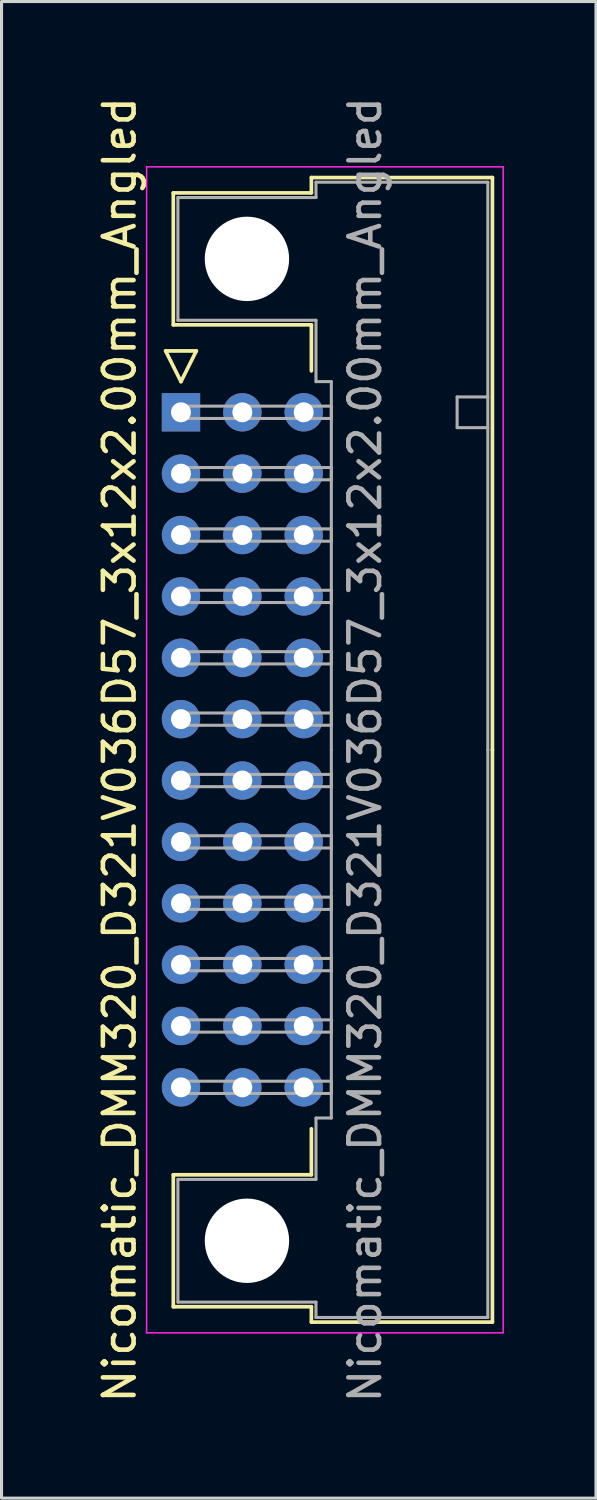
<source format=kicad_pcb>
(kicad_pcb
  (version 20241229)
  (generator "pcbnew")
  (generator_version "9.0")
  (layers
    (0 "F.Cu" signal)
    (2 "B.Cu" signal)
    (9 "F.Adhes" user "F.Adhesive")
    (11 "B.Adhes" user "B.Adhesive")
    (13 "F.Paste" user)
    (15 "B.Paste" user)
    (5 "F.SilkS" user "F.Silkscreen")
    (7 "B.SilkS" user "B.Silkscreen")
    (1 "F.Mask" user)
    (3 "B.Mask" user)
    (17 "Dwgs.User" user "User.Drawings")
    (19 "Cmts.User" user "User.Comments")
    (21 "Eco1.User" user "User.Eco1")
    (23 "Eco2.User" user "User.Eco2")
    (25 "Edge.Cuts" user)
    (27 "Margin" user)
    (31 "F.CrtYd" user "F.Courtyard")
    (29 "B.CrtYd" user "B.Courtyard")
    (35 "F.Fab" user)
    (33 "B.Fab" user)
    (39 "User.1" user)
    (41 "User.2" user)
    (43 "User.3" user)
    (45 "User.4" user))
  (footprint "Nicomatic_DMM320_D321V036D57_3x12x2.00mm_Angled"
    (layer "F.Cu")
    (at 2.848 10.387)
    (property "Reference" "Nicomatic_DMM320_D321V036D57_3x12x2.00mm_Angled" (at -2 11 90) (layer "F.SilkS") (effects (font (size 1 1) (thickness 0.15))))
    (attr through_hole)
    (fp_line (start -0.5 -2) (end 0 -1) (stroke (width 0.12) (type solid)) (layer "F.SilkS"))
    (fp_line (start -0.25 -7.15) (end -0.25 -2.85) (stroke (width 0.12) (type solid)) (layer "F.SilkS"))
    (fp_line (start -0.25 -2.85) (end 4.25 -2.85) (stroke (width 0.12) (type solid)) (layer "F.SilkS"))
    (fp_line (start -0.25 24.85) (end 4.25 24.85) (stroke (width 0.12) (type solid)) (layer "F.SilkS"))
    (fp_line (start -0.25 29.15) (end -0.25 24.85) (stroke (width 0.12) (type solid)) (layer "F.SilkS"))
    (fp_line (start 0 -1) (end 0.5 -2) (stroke (width 0.12) (type solid)) (layer "F.SilkS"))
    (fp_line (start 0.5 -2) (end -0.5 -2) (stroke (width 0.12) (type solid)) (layer "F.SilkS"))
    (fp_line (start 4.25 -7.65) (end 4.25 -7.15) (stroke (width 0.12) (type solid)) (layer "F.SilkS"))
    (fp_line (start 4.25 -7.15) (end -0.25 -7.15) (stroke (width 0.12) (type solid)) (layer "F.SilkS"))
    (fp_line (start 4.25 -2.85) (end 4.25 -1.35) (stroke (width 0.12) (type solid)) (layer "F.SilkS"))
    (fp_line (start 4.25 24.85) (end 4.25 23.35) (stroke (width 0.12) (type solid)) (layer "F.SilkS"))
    (fp_line (start 4.25 29.15) (end -0.25 29.15) (stroke (width 0.12) (type solid)) (layer "F.SilkS"))
    (fp_line (start 4.25 29.65) (end 4.25 29.15) (stroke (width 0.12) (type solid)) (layer "F.SilkS"))
    (fp_line (start 10.15 -7.65) (end 4.25 -7.65) (stroke (width 0.12) (type solid)) (layer "F.SilkS"))
    (fp_line (start 10.15 11) (end 10.15 -7.65) (stroke (width 0.12) (type solid)) (layer "F.SilkS"))
    (fp_line (start 10.15 11) (end 10.15 29.65) (stroke (width 0.12) (type solid)) (layer "F.SilkS"))
    (fp_line (start 10.15 29.65) (end 4.25 29.65) (stroke (width 0.12) (type solid)) (layer "F.SilkS"))
    (fp_line (start -1.12 -8) (end -1.12 30) (stroke (width 0.05) (type solid)) (layer "F.CrtYd"))
    (fp_line (start -1.12 30) (end 10.5 30) (stroke (width 0.05) (type solid)) (layer "F.CrtYd"))
    (fp_line (start 10.5 -8) (end -1.12 -8) (stroke (width 0.05) (type solid)) (layer "F.CrtYd"))
    (fp_line (start 10.5 30) (end 10.5 -8) (stroke (width 0.05) (type solid)) (layer "F.CrtYd"))
    (fp_line (start -0.1 -7) (end -0.1 -3) (stroke (width 0.1) (type solid)) (layer "F.Fab"))
    (fp_line (start -0.1 -3) (end 4.4 -3) (stroke (width 0.1) (type solid)) (layer "F.Fab"))
    (fp_line (start -0.1 25) (end 4.4 25) (stroke (width 0.1) (type solid)) (layer "F.Fab"))
    (fp_line (start -0.1 29) (end -0.1 25) (stroke (width 0.1) (type solid)) (layer "F.Fab"))
    (fp_line (start 0 -0.2) (end 0 0.2) (stroke (width 0.1) (type solid)) (layer "F.Fab"))
    (fp_line (start 0 0.2) (end 4.9 0.2) (stroke (width 0.1) (type solid)) (layer "F.Fab"))
    (fp_line (start 0 1.8) (end 0 2.2) (stroke (width 0.1) (type solid)) (layer "F.Fab"))
    (fp_line (start 0 2.2) (end 4.9 2.2) (stroke (width 0.1) (type solid)) (layer "F.Fab"))
    (fp_line (start 0 3.8) (end 0 4.2) (stroke (width 0.1) (type solid)) (layer "F.Fab"))
    (fp_line (start 0 4.2) (end 4.9 4.2) (stroke (width 0.1) (type solid)) (layer "F.Fab"))
    (fp_line (start 0 5.8) (end 0 6.2) (stroke (width 0.1) (type solid)) (layer "F.Fab"))
    (fp_line (start 0 6.2) (end 4.9 6.2) (stroke (width 0.1) (type solid)) (layer "F.Fab"))
    (fp_line (start 0 7.8) (end 0 8.2) (stroke (width 0.1) (type solid)) (layer "F.Fab"))
    (fp_line (start 0 8.2) (end 4.9 8.2) (stroke (width 0.1) (type solid)) (layer "F.Fab"))
    (fp_line (start 0 9.8) (end 0 10.2) (stroke (width 0.1) (type solid)) (layer "F.Fab"))
    (fp_line (start 0 10.2) (end 4.9 10.2) (stroke (width 0.1) (type solid)) (layer "F.Fab"))
    (fp_line (start 0 11.8) (end 0 12.2) (stroke (width 0.1) (type solid)) (layer "F.Fab"))
    (fp_line (start 0 12.2) (end 4.9 12.2) (stroke (width 0.1) (type solid)) (layer "F.Fab"))
    (fp_line (start 0 13.8) (end 0 14.2) (stroke (width 0.1) (type solid)) (layer "F.Fab"))
    (fp_line (start 0 14.2) (end 4.9 14.2) (stroke (width 0.1) (type solid)) (layer "F.Fab"))
    (fp_line (start 0 15.8) (end 0 16.2) (stroke (width 0.1) (type solid)) (layer "F.Fab"))
    (fp_line (start 0 16.2) (end 4.9 16.2) (stroke (width 0.1) (type solid)) (layer "F.Fab"))
    (fp_line (start 0 17.8) (end 0 18.2) (stroke (width 0.1) (type solid)) (layer "F.Fab"))
    (fp_line (start 0 18.2) (end 4.9 18.2) (stroke (width 0.1) (type solid)) (layer "F.Fab"))
    (fp_line (start 0 19.8) (end 0 20.2) (stroke (width 0.1) (type solid)) (layer "F.Fab"))
    (fp_line (start 0 20.2) (end 4.9 20.2) (stroke (width 0.1) (type solid)) (layer "F.Fab"))
    (fp_line (start 0 21.8) (end 0 22.2) (stroke (width 0.1) (type solid)) (layer "F.Fab"))
    (fp_line (start 0 22.2) (end 4.9 22.2) (stroke (width 0.1) (type solid)) (layer "F.Fab"))
    (fp_line (start 4.4 -7.5) (end 4.4 -7) (stroke (width 0.1) (type solid)) (layer "F.Fab"))
    (fp_line (start 4.4 -7) (end -0.1 -7) (stroke (width 0.1) (type solid)) (layer "F.Fab"))
    (fp_line (start 4.4 -3) (end 4.4 -1) (stroke (width 0.1) (type solid)) (layer "F.Fab"))
    (fp_line (start 4.4 -1) (end 4.9 -1) (stroke (width 0.1) (type solid)) (layer "F.Fab"))
    (fp_line (start 4.4 23) (end 4.9 23) (stroke (width 0.1) (type solid)) (layer "F.Fab"))
    (fp_line (start 4.4 25) (end 4.4 23) (stroke (width 0.1) (type solid)) (layer "F.Fab"))
    (fp_line (start 4.4 29) (end -0.1 29) (stroke (width 0.1) (type solid)) (layer "F.Fab"))
    (fp_line (start 4.4 29.5) (end 4.4 29) (stroke (width 0.1) (type solid)) (layer "F.Fab"))
    (fp_line (start 4.9 -1) (end 4.9 11) (stroke (width 0.1) (type solid)) (layer "F.Fab"))
    (fp_line (start 4.9 -0.2) (end 0 -0.2) (stroke (width 0.1) (type solid)) (layer "F.Fab"))
    (fp_line (start 4.9 0.2) (end 4.9 -0.2) (stroke (width 0.1) (type solid)) (layer "F.Fab"))
    (fp_line (start 4.9 1.8) (end 0 1.8) (stroke (width 0.1) (type solid)) (layer "F.Fab"))
    (fp_line (start 4.9 2.2) (end 4.9 1.8) (stroke (width 0.1) (type solid)) (layer "F.Fab"))
    (fp_line (start 4.9 3.8) (end 0 3.8) (stroke (width 0.1) (type solid)) (layer "F.Fab"))
    (fp_line (start 4.9 4.2) (end 4.9 3.8) (stroke (width 0.1) (type solid)) (layer "F.Fab"))
    (fp_line (start 4.9 5.8) (end 0 5.8) (stroke (width 0.1) (type solid)) (layer "F.Fab"))
    (fp_line (start 4.9 6.2) (end 4.9 5.8) (stroke (width 0.1) (type solid)) (layer "F.Fab"))
    (fp_line (start 4.9 7.8) (end 0 7.8) (stroke (width 0.1) (type solid)) (layer "F.Fab"))
    (fp_line (start 4.9 8.2) (end 4.9 7.8) (stroke (width 0.1) (type solid)) (layer "F.Fab"))
    (fp_line (start 4.9 9.8) (end 0 9.8) (stroke (width 0.1) (type solid)) (layer "F.Fab"))
    (fp_line (start 4.9 10.2) (end 4.9 9.8) (stroke (width 0.1) (type solid)) (layer "F.Fab"))
    (fp_line (start 4.9 11.8) (end 0 11.8) (stroke (width 0.1) (type solid)) (layer "F.Fab"))
    (fp_line (start 4.9 12.2) (end 4.9 11.8) (stroke (width 0.1) (type solid)) (layer "F.Fab"))
    (fp_line (start 4.9 13.8) (end 0 13.8) (stroke (width 0.1) (type solid)) (layer "F.Fab"))
    (fp_line (start 4.9 14.2) (end 4.9 13.8) (stroke (width 0.1) (type solid)) (layer "F.Fab"))
    (fp_line (start 4.9 15.8) (end 0 15.8) (stroke (width 0.1) (type solid)) (layer "F.Fab"))
    (fp_line (start 4.9 16.2) (end 4.9 15.8) (stroke (width 0.1) (type solid)) (layer "F.Fab"))
    (fp_line (start 4.9 17.8) (end 0 17.8) (stroke (width 0.1) (type solid)) (layer "F.Fab"))
    (fp_line (start 4.9 18.2) (end 4.9 17.8) (stroke (width 0.1) (type solid)) (layer "F.Fab"))
    (fp_line (start 4.9 19.8) (end 0 19.8) (stroke (width 0.1) (type solid)) (layer "F.Fab"))
    (fp_line (start 4.9 20.2) (end 4.9 19.8) (stroke (width 0.1) (type solid)) (layer "F.Fab"))
    (fp_line (start 4.9 21.8) (end 0 21.8) (stroke (width 0.1) (type solid)) (layer "F.Fab"))
    (fp_line (start 4.9 22.2) (end 4.9 21.8) (stroke (width 0.1) (type solid)) (layer "F.Fab"))
    (fp_line (start 4.9 23) (end 4.9 11) (stroke (width 0.1) (type solid)) (layer "F.Fab"))
    (fp_line (start 9 -0.5) (end 9 0.5) (stroke (width 0.1) (type solid)) (layer "F.Fab"))
    (fp_line (start 9 0.5) (end 10 0.5) (stroke (width 0.1) (type solid)) (layer "F.Fab"))
    (fp_line (start 10 -7.5) (end 4.4 -7.5) (stroke (width 0.1) (type solid)) (layer "F.Fab"))
    (fp_line (start 10 -0.5) (end 9 -0.5) (stroke (width 0.1) (type solid)) (layer "F.Fab"))
    (fp_line (start 10 11) (end 10 -7.5) (stroke (width 0.1) (type solid)) (layer "F.Fab"))
    (fp_line (start 10 11) (end 10 29.5) (stroke (width 0.1) (type solid)) (layer "F.Fab"))
    (fp_line (start 10 29.5) (end 4.4 29.5) (stroke (width 0.1) (type solid)) (layer "F.Fab"))
    (fp_text user "${REFERENCE}" (at 6 11 90) (layer "F.Fab") (effects (font (size 1 1) (thickness 0.15))))
    (pad "" np_thru_hole circle (at 2.15 -5) (size 2.75 2.75) (drill 2.75) (layers "*.Cu" "*.Mask"))
    (pad "" np_thru_hole circle (at 2.15 27) (size 2.75 2.75) (drill 2.75) (layers "*.Cu" "*.Mask"))
    (pad "1" thru_hole rect (at 0 0) (size 1.25 1.25) (drill 0.65) (layers "*.Cu" "*.Mask"))
    (pad "2" thru_hole oval (at 0 2) (size 1.25 1.25) (drill 0.65) (layers "*.Cu" "*.Mask"))
    (pad "3" thru_hole oval (at 0 4) (size 1.25 1.25) (drill 0.65) (layers "*.Cu" "*.Mask"))
    (pad "4" thru_hole oval (at 0 6) (size 1.25 1.25) (drill 0.65) (layers "*.Cu" "*.Mask"))
    (pad "5" thru_hole oval (at 0 8) (size 1.25 1.25) (drill 0.65) (layers "*.Cu" "*.Mask"))
    (pad "6" thru_hole oval (at 0 10) (size 1.25 1.25) (drill 0.65) (layers "*.Cu" "*.Mask"))
    (pad "7" thru_hole oval (at 0 12) (size 1.25 1.25) (drill 0.65) (layers "*.Cu" "*.Mask"))
    (pad "8" thru_hole oval (at 0 14) (size 1.25 1.25) (drill 0.65) (layers "*.Cu" "*.Mask"))
    (pad "9" thru_hole oval (at 0 16) (size 1.25 1.25) (drill 0.65) (layers "*.Cu" "*.Mask"))
    (pad "10" thru_hole oval (at 0 18) (size 1.25 1.25) (drill 0.65) (layers "*.Cu" "*.Mask"))
    (pad "11" thru_hole oval (at 0 20) (size 1.25 1.25) (drill 0.65) (layers "*.Cu" "*.Mask"))
    (pad "12" thru_hole oval (at 0 22) (size 1.25 1.25) (drill 0.65) (layers "*.Cu" "*.Mask"))
    (pad "13" thru_hole oval (at 2 0) (size 1.25 1.25) (drill 0.65) (layers "*.Cu" "*.Mask"))
    (pad "14" thru_hole oval (at 2 2) (size 1.25 1.25) (drill 0.65) (layers "*.Cu" "*.Mask"))
    (pad "15" thru_hole oval (at 2 4) (size 1.25 1.25) (drill 0.65) (layers "*.Cu" "*.Mask"))
    (pad "16" thru_hole oval (at 2 6) (size 1.25 1.25) (drill 0.65) (layers "*.Cu" "*.Mask"))
    (pad "17" thru_hole oval (at 2 8) (size 1.25 1.25) (drill 0.65) (layers "*.Cu" "*.Mask"))
    (pad "18" thru_hole oval (at 2 10) (size 1.25 1.25) (drill 0.65) (layers "*.Cu" "*.Mask"))
    (pad "19" thru_hole oval (at 2 12) (size 1.25 1.25) (drill 0.65) (layers "*.Cu" "*.Mask"))
    (pad "20" thru_hole oval (at 2 14) (size 1.25 1.25) (drill 0.65) (layers "*.Cu" "*.Mask"))
    (pad "21" thru_hole oval (at 2 16) (size 1.25 1.25) (drill 0.65) (layers "*.Cu" "*.Mask"))
    (pad "22" thru_hole oval (at 2 18) (size 1.25 1.25) (drill 0.65) (layers "*.Cu" "*.Mask"))
    (pad "23" thru_hole oval (at 2 20) (size 1.25 1.25) (drill 0.65) (layers "*.Cu" "*.Mask"))
    (pad "24" thru_hole oval (at 2 22) (size 1.25 1.25) (drill 0.65) (layers "*.Cu" "*.Mask"))
    (pad "25" thru_hole oval (at 4 0) (size 1.25 1.25) (drill 0.65) (layers "*.Cu" "*.Mask"))
    (pad "26" thru_hole oval (at 4 2) (size 1.25 1.25) (drill 0.65) (layers "*.Cu" "*.Mask"))
    (pad "27" thru_hole oval (at 4 4) (size 1.25 1.25) (drill 0.65) (layers "*.Cu" "*.Mask"))
    (pad "28" thru_hole oval (at 4 6) (size 1.25 1.25) (drill 0.65) (layers "*.Cu" "*.Mask"))
    (pad "29" thru_hole oval (at 4 8) (size 1.25 1.25) (drill 0.65) (layers "*.Cu" "*.Mask"))
    (pad "30" thru_hole oval (at 4 10) (size 1.25 1.25) (drill 0.65) (layers "*.Cu" "*.Mask"))
    (pad "31" thru_hole oval (at 4 12) (size 1.25 1.25) (drill 0.65) (layers "*.Cu" "*.Mask"))
    (pad "32" thru_hole oval (at 4 14) (size 1.25 1.25) (drill 0.65) (layers "*.Cu" "*.Mask"))
    (pad "33" thru_hole oval (at 4 16) (size 1.25 1.25) (drill 0.65) (layers "*.Cu" "*.Mask"))
    (pad "34" thru_hole oval (at 4 18) (size 1.25 1.25) (drill 0.65) (layers "*.Cu" "*.Mask"))
    (pad "35" thru_hole oval (at 4 20) (size 1.25 1.25) (drill 0.65) (layers "*.Cu" "*.Mask"))
    (pad "36" thru_hole oval (at 4 22) (size 1.25 1.25) (drill 0.65) (layers "*.Cu" "*.Mask")))
  (gr_rect
    (start -3 -3)
    (end 16.373 45.774)
    (stroke (width 0.1) (type default))
    (fill no)
    (layer "Edge.Cuts")))
</source>
